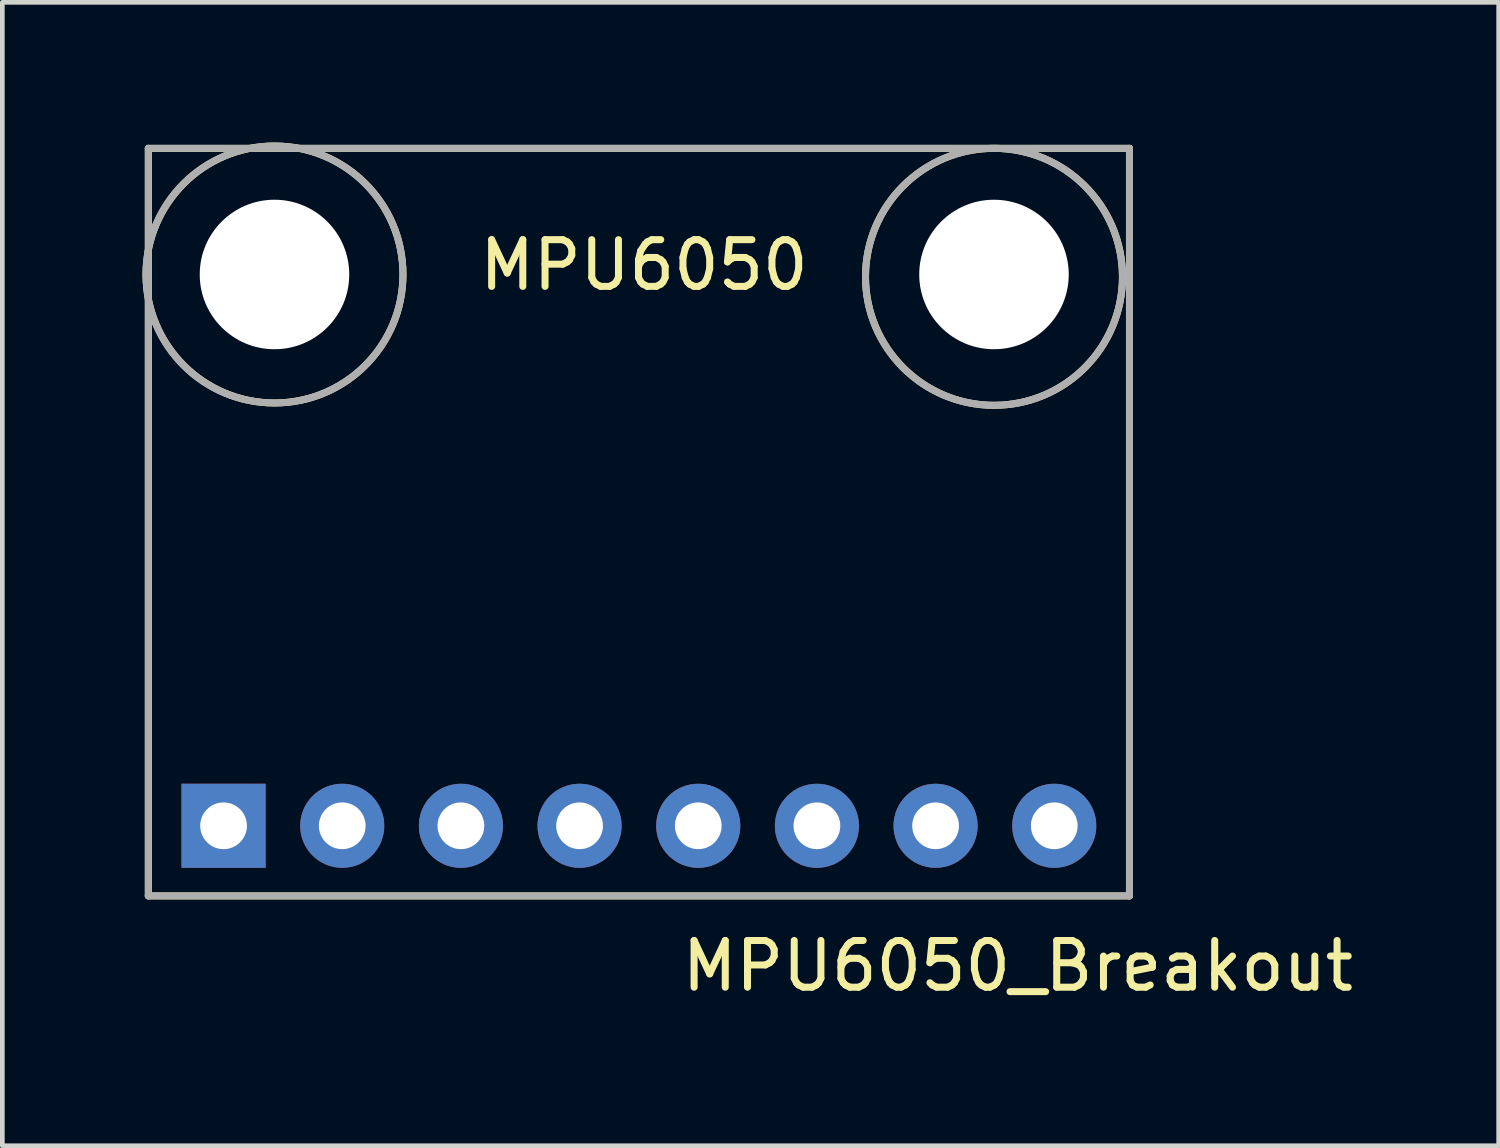
<source format=kicad_pcb>
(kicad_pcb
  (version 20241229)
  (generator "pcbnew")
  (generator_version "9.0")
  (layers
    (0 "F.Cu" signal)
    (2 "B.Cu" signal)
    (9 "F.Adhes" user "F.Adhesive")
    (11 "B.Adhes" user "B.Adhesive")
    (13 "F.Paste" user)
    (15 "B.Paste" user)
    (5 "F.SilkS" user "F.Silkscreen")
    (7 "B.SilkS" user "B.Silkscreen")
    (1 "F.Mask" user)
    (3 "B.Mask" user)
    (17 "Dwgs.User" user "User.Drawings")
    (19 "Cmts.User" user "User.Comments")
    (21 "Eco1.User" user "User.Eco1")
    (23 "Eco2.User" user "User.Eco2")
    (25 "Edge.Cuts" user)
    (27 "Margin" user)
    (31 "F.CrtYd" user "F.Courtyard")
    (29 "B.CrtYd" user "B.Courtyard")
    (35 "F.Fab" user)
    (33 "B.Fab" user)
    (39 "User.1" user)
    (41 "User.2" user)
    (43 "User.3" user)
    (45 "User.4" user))
  (footprint "MPU6050_Breakout"
    (layer "F.Cu")
    (at 1.735 14.625)
    (property "Reference" "MPU6050_Breakout" (at 17 3 0) (layer "F.SilkS") (effects (font (size 1 1) (thickness 0.15))))
    (attr through_hole)
    (fp_line (start -1.61 -14.5) (end 19.39 -14.5) (stroke (width 0.15) (type solid)) (layer "F.SilkS"))
    (fp_line (start -1.61 1.5) (end -1.61 -14.5) (stroke (width 0.15) (type solid)) (layer "F.SilkS"))
    (fp_line (start 19.39 -14.5) (end 19.39 1.5) (stroke (width 0.15) (type solid)) (layer "F.SilkS"))
    (fp_line (start 19.39 1.5) (end -1.61 1.5) (stroke (width 0.15) (type solid)) (layer "F.SilkS"))
    (fp_circle (center 1.09 -11.8) (end 3.84 -11.8) (stroke (width 0.15) (type solid)) (fill no) (layer "F.SilkS"))
    (fp_circle (center 16.49 -11.75) (end 19.24 -11.75) (stroke (width 0.15) (type solid)) (fill no) (layer "F.SilkS"))
    (fp_line (start -1.61 -14.5) (end 19.39 -14.5) (stroke (width 0.15) (type solid)) (layer "F.Fab"))
    (fp_line (start -1.61 1.5) (end -1.61 -14.5) (stroke (width 0.15) (type solid)) (layer "F.Fab"))
    (fp_line (start 19.39 -14.5) (end 19.39 1.5) (stroke (width 0.15) (type solid)) (layer "F.Fab"))
    (fp_line (start 19.39 1.5) (end -1.61 1.5) (stroke (width 0.15) (type solid)) (layer "F.Fab"))
    (fp_circle (center 1.09 -11.8) (end 3.84 -11.8) (stroke (width 0.15) (type solid)) (fill no) (layer "F.Fab"))
    (fp_circle (center 16.49 -11.75) (end 19.24 -11.75) (stroke (width 0.15) (type solid)) (fill no) (layer "F.Fab"))
    (fp_text user "MPU6050" (at 9 -12 0) (layer "F.SilkS") (effects (font (size 1 1) (thickness 0.15))))
    (pad "" np_thru_hole circle (at 1.09 -11.8) (size 3.2 3.2) (drill 3.2) (layers "*.Cu" "*.Mask"))
    (pad "" np_thru_hole circle (at 16.49 -11.8) (size 3.2 3.2) (drill 3.2) (layers "*.Cu" "*.Mask"))
    (pad "1" thru_hole rect (at 0 0) (size 1.8 1.8) (drill 1) (layers "*.Cu" "*.Mask"))
    (pad "2" thru_hole circle (at 2.54 0) (size 1.8 1.8) (drill 1) (layers "*.Cu" "*.Mask"))
    (pad "3" thru_hole circle (at 5.08 0) (size 1.8 1.8) (drill 1) (layers "*.Cu" "*.Mask"))
    (pad "4" thru_hole circle (at 7.62 0) (size 1.8 1.8) (drill 1) (layers "*.Cu" "*.Mask"))
    (pad "5" thru_hole circle (at 10.16 0) (size 1.8 1.8) (drill 1) (layers "*.Cu" "*.Mask"))
    (pad "6" thru_hole circle (at 12.7 0) (size 1.8 1.8) (drill 1) (layers "*.Cu" "*.Mask"))
    (pad "7" thru_hole circle (at 15.24 0) (size 1.8 1.8) (drill 1) (layers "*.Cu" "*.Mask"))
    (pad "8" thru_hole circle (at 17.78 0) (size 1.8 1.8) (drill 1) (layers "*.Cu" "*.Mask")))
  (gr_rect
    (start -3 -3)
    (end 29.027 21.473)
    (stroke (width 0.1) (type default))
    (fill no)
    (layer "Edge.Cuts")))
</source>
